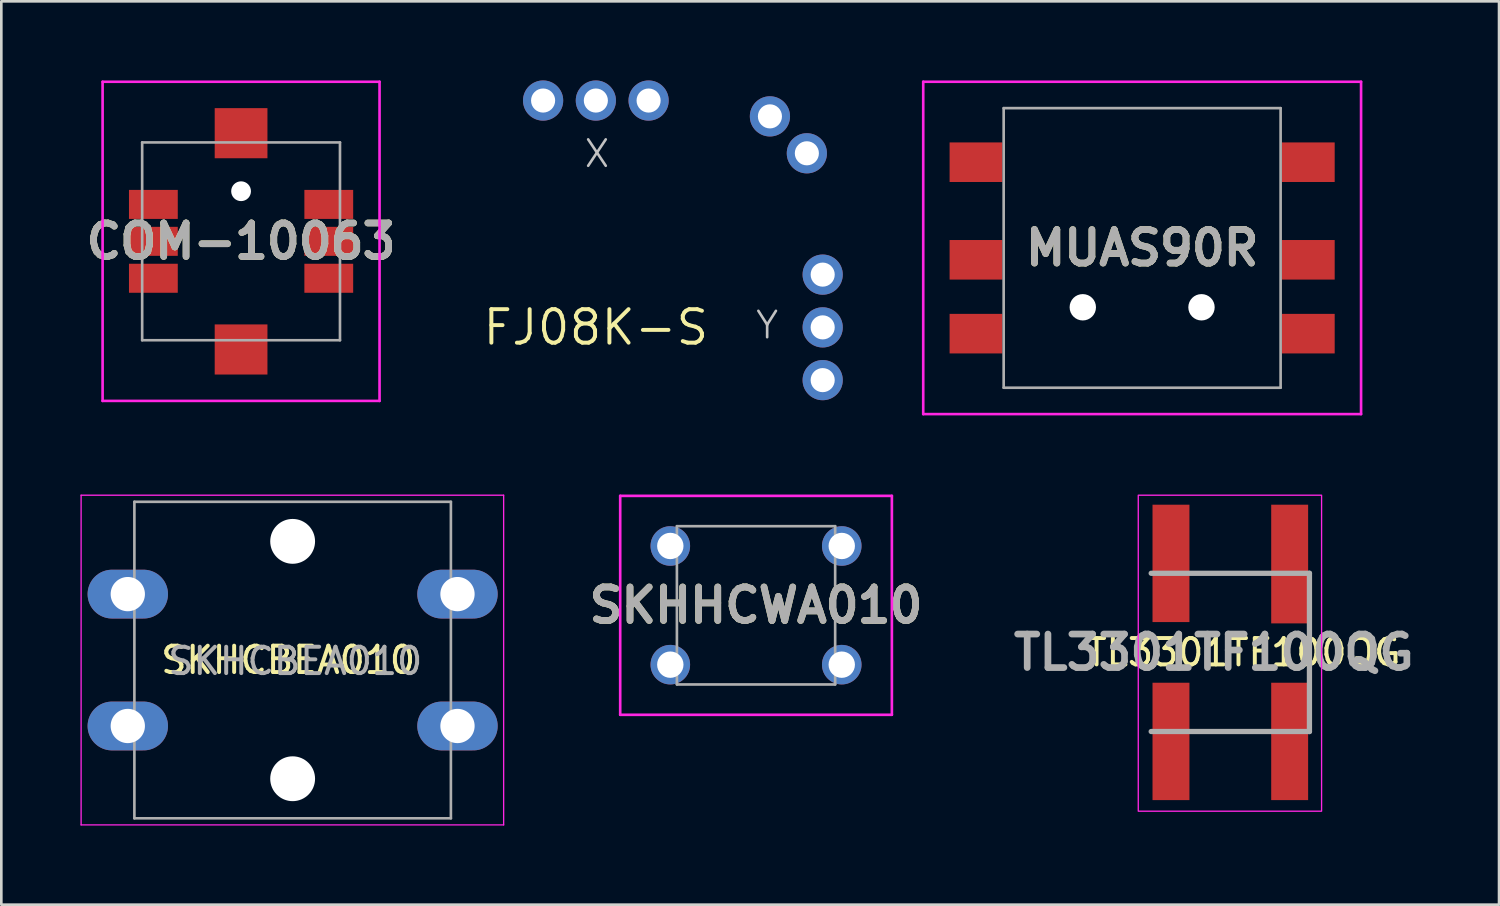
<source format=kicad_pcb>
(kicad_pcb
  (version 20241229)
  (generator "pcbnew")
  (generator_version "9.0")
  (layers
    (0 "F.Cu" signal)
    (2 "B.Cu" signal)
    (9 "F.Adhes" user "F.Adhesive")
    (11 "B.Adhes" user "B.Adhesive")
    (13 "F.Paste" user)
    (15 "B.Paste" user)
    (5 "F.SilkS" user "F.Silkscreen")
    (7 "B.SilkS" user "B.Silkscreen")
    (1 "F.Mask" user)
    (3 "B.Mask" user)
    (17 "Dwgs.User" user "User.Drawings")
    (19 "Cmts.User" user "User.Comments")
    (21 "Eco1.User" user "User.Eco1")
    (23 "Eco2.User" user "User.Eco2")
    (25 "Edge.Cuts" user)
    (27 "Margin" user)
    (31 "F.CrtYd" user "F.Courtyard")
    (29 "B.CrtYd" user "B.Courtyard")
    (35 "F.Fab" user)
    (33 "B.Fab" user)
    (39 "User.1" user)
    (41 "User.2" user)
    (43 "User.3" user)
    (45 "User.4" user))
  (footprint "SKHCBEA010"
    (layer "F.Cu")
    (at 1.795 19.475)
    (property "Reference" "SKHCBEA010" (at 6.08 2.5 0) (layer "F.SilkS") (effects (font (size 1 1) (thickness 0.15))))
    (attr through_hole)
    (fp_line (start -1.77 -3.75) (end -1.77 8.75) (stroke (width 0.05) (type solid)) (layer "F.CrtYd"))
    (fp_line (start -1.77 -3.75) (end 14.25 -3.75) (stroke (width 0.05) (type solid)) (layer "F.CrtYd"))
    (fp_line (start 14.25 8.75) (end -1.77 8.75) (stroke (width 0.05) (type solid)) (layer "F.CrtYd"))
    (fp_line (start 14.25 8.75) (end 14.25 -3.75) (stroke (width 0.05) (type solid)) (layer "F.CrtYd"))
    (fp_line (start 0.25 -3.5) (end 0.25 8.5) (stroke (width 0.1) (type solid)) (layer "F.Fab"))
    (fp_line (start 0.25 -3.5) (end 12.25 -3.5) (stroke (width 0.1) (type solid)) (layer "F.Fab"))
    (fp_line (start 0.25 8.5) (end 12.25 8.5) (stroke (width 0.1) (type solid)) (layer "F.Fab"))
    (fp_line (start 12.25 -3.5) (end 12.25 8.5) (stroke (width 0.1) (type solid)) (layer "F.Fab"))
    (fp_text user "${REFERENCE}" (at 6.35 2.54 0) (layer "F.Fab") (effects (font (size 1 1) (thickness 0.15))))
    (pad "" np_thru_hole circle (at 6.25 -2) (size 1.7 1.7) (drill 1.7) (layers "*.Cu" "*.Mask"))
    (pad "" np_thru_hole circle (at 6.25 7) (size 1.7 1.7) (drill 1.7) (layers "*.Cu" "*.Mask"))
    (pad "1" thru_hole oval (at 0 0) (size 3.048 1.85) (drill 1.3) (layers "*.Cu" "*.Mask"))
    (pad "1" thru_hole oval (at 12.5 0) (size 3.048 1.85) (drill 1.3) (layers "*.Cu" "*.Mask"))
    (pad "2" thru_hole oval (at 0 5) (size 3.048 1.85) (drill 1.3) (layers "*.Cu" "*.Mask"))
    (pad "2" thru_hole oval (at 12.5 5) (size 3.048 1.85) (drill 1.3) (layers "*.Cu" "*.Mask")))
  (footprint "MUAS90R"
    (layer "F.Cu")
    (at 40.253 6.35)
    (property "Reference" "MUAS90R" (at 0 0 0) (layer "F.SilkS") (effects (font (size 1.27 1.27) (thickness 0.254))))
    (attr through_hole)
    (fp_line (start -8.3 -6.3) (end 8.3 -6.3) (stroke (width 0.1) (type solid)) (layer "F.CrtYd"))
    (fp_line (start -8.3 6.3) (end -8.3 -6.3) (stroke (width 0.1) (type solid)) (layer "F.CrtYd"))
    (fp_line (start 8.3 -6.3) (end 8.3 6.3) (stroke (width 0.1) (type solid)) (layer "F.CrtYd"))
    (fp_line (start 8.3 6.3) (end -8.3 6.3) (stroke (width 0.1) (type solid)) (layer "F.CrtYd"))
    (fp_line (start -5.25 -5.3) (end 5.25 -5.3) (stroke (width 0.1) (type solid)) (layer "F.Fab"))
    (fp_line (start -5.25 5.3) (end -5.25 -5.3) (stroke (width 0.1) (type solid)) (layer "F.Fab"))
    (fp_line (start 5.25 -5.3) (end 5.25 5.3) (stroke (width 0.1) (type solid)) (layer "F.Fab"))
    (fp_line (start 5.25 5.3) (end -5.25 5.3) (stroke (width 0.1) (type solid)) (layer "F.Fab"))
    (fp_text user "${REFERENCE}" (at 0 0 0) (layer "F.Fab") (effects (font (size 1.27 1.27) (thickness 0.254))))
    (pad "" np_thru_hole circle (at -2.25 2.25) (size 1 1) (drill 1) (layers "*.Cu" "*.Mask"))
    (pad "" np_thru_hole circle (at 2.25 2.25) (size 1 1) (drill 1) (layers "*.Cu" "*.Mask"))
    (pad "A1" smd rect (at -6.3 -3.25 90) (size 1.5 2) (layers "F.Cu" "F.Mask" "F.Paste"))
    (pad "B1" smd rect (at -6.3 0.45 90) (size 1.5 2) (layers "F.Cu" "F.Mask" "F.Paste"))
    (pad "C1" smd rect (at -6.3 3.25 90) (size 1.5 2) (layers "F.Cu" "F.Mask" "F.Paste"))
    (pad "D1" smd rect (at 6.3 3.25 90) (size 1.5 2) (layers "F.Cu" "F.Mask" "F.Paste"))
    (pad "E1" smd rect (at 6.3 0.45 90) (size 1.5 2) (layers "F.Cu" "F.Mask" "F.Paste"))
    (pad "F1" smd rect (at 6.3 -3.25 90) (size 1.5 2) (layers "F.Cu" "F.Mask" "F.Paste")))
  (footprint "COM-10063"
    (layer "F.Cu")
    (at 6.09 6.1)
    (property "Reference" "COM-10063" (at 0 0 0) (layer "F.SilkS") (effects (font (size 1.27 1.27) (thickness 0.254))))
    (attr through_hole)
    (fp_line (start -5.25 -6.05) (end 5.25 -6.05) (stroke (width 0.1) (type solid)) (layer "F.CrtYd"))
    (fp_line (start -5.25 6.05) (end -5.25 -6.05) (stroke (width 0.1) (type solid)) (layer "F.CrtYd"))
    (fp_line (start 5.25 -6.05) (end 5.25 6.05) (stroke (width 0.1) (type solid)) (layer "F.CrtYd"))
    (fp_line (start 5.25 6.05) (end -5.25 6.05) (stroke (width 0.1) (type solid)) (layer "F.CrtYd"))
    (fp_line (start -3.75 -3.75) (end 3.75 -3.75) (stroke (width 0.1) (type solid)) (layer "F.Fab"))
    (fp_line (start -3.75 3.75) (end -3.75 -3.75) (stroke (width 0.1) (type solid)) (layer "F.Fab"))
    (fp_line (start 3.75 -3.75) (end 3.75 3.75) (stroke (width 0.1) (type solid)) (layer "F.Fab"))
    (fp_line (start 3.75 3.75) (end -3.75 3.75) (stroke (width 0.1) (type solid)) (layer "F.Fab"))
    (fp_text user "${REFERENCE}" (at 0 0 0) (layer "F.Fab") (effects (font (size 1.27 1.27) (thickness 0.254))))
    (pad "" np_thru_hole circle (at 0 -1.9) (size 0.75 0.75) (drill 0.75) (layers "*.Cu" "*.Mask"))
    (pad "1" smd rect (at -3.325 -1.4 90) (size 1.1 1.85) (layers "F.Cu" "F.Mask" "F.Paste"))
    (pad "2" smd rect (at -3.325 0 90) (size 1.1 1.85) (layers "F.Cu" "F.Mask" "F.Paste"))
    (pad "3" smd rect (at -3.325 1.4 90) (size 1.1 1.85) (layers "F.Cu" "F.Mask" "F.Paste"))
    (pad "4" smd rect (at 3.325 -1.4 90) (size 1.1 1.85) (layers "F.Cu" "F.Mask" "F.Paste"))
    (pad "5" smd rect (at 3.325 0 90) (size 1.1 1.85) (layers "F.Cu" "F.Mask" "F.Paste"))
    (pad "6" smd rect (at 3.325 1.4 90) (size 1.1 1.85) (layers "F.Cu" "F.Mask" "F.Paste"))
    (pad "MP1" smd rect (at 0 4.1 90) (size 1.9 2) (layers "F.Cu" "F.Mask" "F.Paste"))
    (pad "MP2" smd rect (at 0 -4.1 90) (size 1.9 2) (layers "F.Cu" "F.Mask" "F.Paste")))
  (footprint "SKHHCWA010"
    (layer "F.Cu")
    (at 22.364 17.65)
    (property "Reference" "SKHHCWA010" (at 3.25 2.25 0) (layer "F.SilkS") (effects (font (size 1.27 1.27) (thickness 0.254))))
    (attr through_hole)
    (fp_line (start -1.9 -1.9) (end 8.4 -1.9) (stroke (width 0.1) (type solid)) (layer "F.CrtYd"))
    (fp_line (start -1.9 6.4) (end -1.9 -1.9) (stroke (width 0.1) (type solid)) (layer "F.CrtYd"))
    (fp_line (start 8.4 -1.9) (end 8.4 6.4) (stroke (width 0.1) (type solid)) (layer "F.CrtYd"))
    (fp_line (start 8.4 6.4) (end -1.9 6.4) (stroke (width 0.1) (type solid)) (layer "F.CrtYd"))
    (fp_line (start 0.25 -0.75) (end 0.25 5.25) (stroke (width 0.1) (type solid)) (layer "F.Fab"))
    (fp_line (start 0.25 5.25) (end 6.25 5.25) (stroke (width 0.1) (type solid)) (layer "F.Fab"))
    (fp_line (start 6.25 -0.75) (end 0.25 -0.75) (stroke (width 0.1) (type solid)) (layer "F.Fab"))
    (fp_line (start 6.25 5.25) (end 6.25 -0.75) (stroke (width 0.1) (type solid)) (layer "F.Fab"))
    (fp_text user "${REFERENCE}" (at 3.25 2.25 0) (layer "F.Fab") (effects (font (size 1.27 1.27) (thickness 0.254))))
    (pad "1" thru_hole circle (at 0 0) (size 1.5 1.5) (drill 1) (layers "*.Cu" "*.Mask"))
    (pad "2" thru_hole circle (at 6.5 0) (size 1.5 1.5) (drill 1) (layers "*.Cu" "*.Mask"))
    (pad "3" thru_hole circle (at 0 4.5) (size 1.5 1.5) (drill 1) (layers "*.Cu" "*.Mask"))
    (pad "4" thru_hole circle (at 6.5 4.5) (size 1.5 1.5) (drill 1) (layers "*.Cu" "*.Mask")))
  (footprint "TL3301TF100QG"
    (layer "F.Cu")
    (at 43.596 21.685)
    (property "Reference" "TL3301TF100QG" (at 0.5 0 0) (layer "F.SilkS") (effects (font (size 1 1) (thickness 0.15))))
    (attr smd)
    (fp_rect (start -3.49 -5.96) (end 3.46 6.02) (stroke (width 0.05) (type solid)) (fill no) (layer "F.CrtYd"))
    (fp_line (start -3 3) (end 3 3) (stroke (width 0.2) (type solid)) (layer "F.Fab"))
    (fp_line (start 3 -3) (end -3 -3) (stroke (width 0.2) (type solid)) (layer "F.Fab"))
    (fp_line (start 3 3) (end 3 -3) (stroke (width 0.2) (type solid)) (layer "F.Fab"))
    (fp_text user "${REFERENCE}" (at -0.625 0 0) (layer "F.Fab") (effects (font (size 1.27 1.27) (thickness 0.254))))
    (pad "1" smd rect (at -2.25 -3.375) (size 1.4 4.45) (layers "F.Cu" "F.Mask" "F.Paste"))
    (pad "1" smd rect (at -2.25 3.375) (size 1.4 4.45) (layers "F.Cu" "F.Mask" "F.Paste"))
    (pad "2" smd rect (at 2.25 -3.35) (size 1.4 4.5) (layers "F.Cu" "F.Mask" "F.Paste"))
    (pad "2" smd rect (at 2.25 3.375) (size 1.4 4.45) (layers "F.Cu" "F.Mask" "F.Paste")))
  (footprint "FJ08K-S"
    (layer "F.Cu")
    (at 19.541 9.362)
    (property "Reference" "FJ08K-S" (at 0 0 0) (layer "F.SilkS") (effects (font (size 1.27 1.27) (thickness 0.15))))
    (fp_text user "X" (at -0.5 -6 0) (unlocked yes) (layer "Dwgs.User") (effects (font (size 1 1) (thickness 0.1)) (justify left bottom)))
    (fp_text user "Y" (at 6 0.5 0) (unlocked yes) (layer "Dwgs.User") (effects (font (size 1 1) (thickness 0.1)) (justify left bottom)))
    (pad "1" thru_hole oval (at -2 -8.6) (size 1.524 1.524) (drill 0.914) (layers "*.Cu" "*.Mask"))
    (pad "2" thru_hole oval (at 0 -8.6) (size 1.524 1.524) (drill 0.914) (layers "*.Cu" "*.Mask"))
    (pad "3" thru_hole oval (at 2 -8.6) (size 1.524 1.524) (drill 0.914) (layers "*.Cu" "*.Mask"))
    (pad "4" thru_hole oval (at 8.6 -2) (size 1.524 1.524) (drill 0.914) (layers "*.Cu" "*.Mask"))
    (pad "5" thru_hole oval (at 8.6 0) (size 1.524 1.524) (drill 0.914) (layers "*.Cu" "*.Mask"))
    (pad "6" thru_hole oval (at 8.6 2) (size 1.524 1.524) (drill 0.914) (layers "*.Cu" "*.Mask"))
    (pad "7" thru_hole oval (at 6.6 -8) (size 1.524 1.524) (drill 0.914) (layers "*.Cu" "*.Mask"))
    (pad "8" thru_hole oval (at 8 -6.6) (size 1.524 1.524) (drill 0.914) (layers "*.Cu" "*.Mask")))
  (gr_rect
    (start -3 -3)
    (end 53.784 31.25)
    (stroke (width 0.1) (type default))
    (fill no)
    (layer "Edge.Cuts")))
</source>
